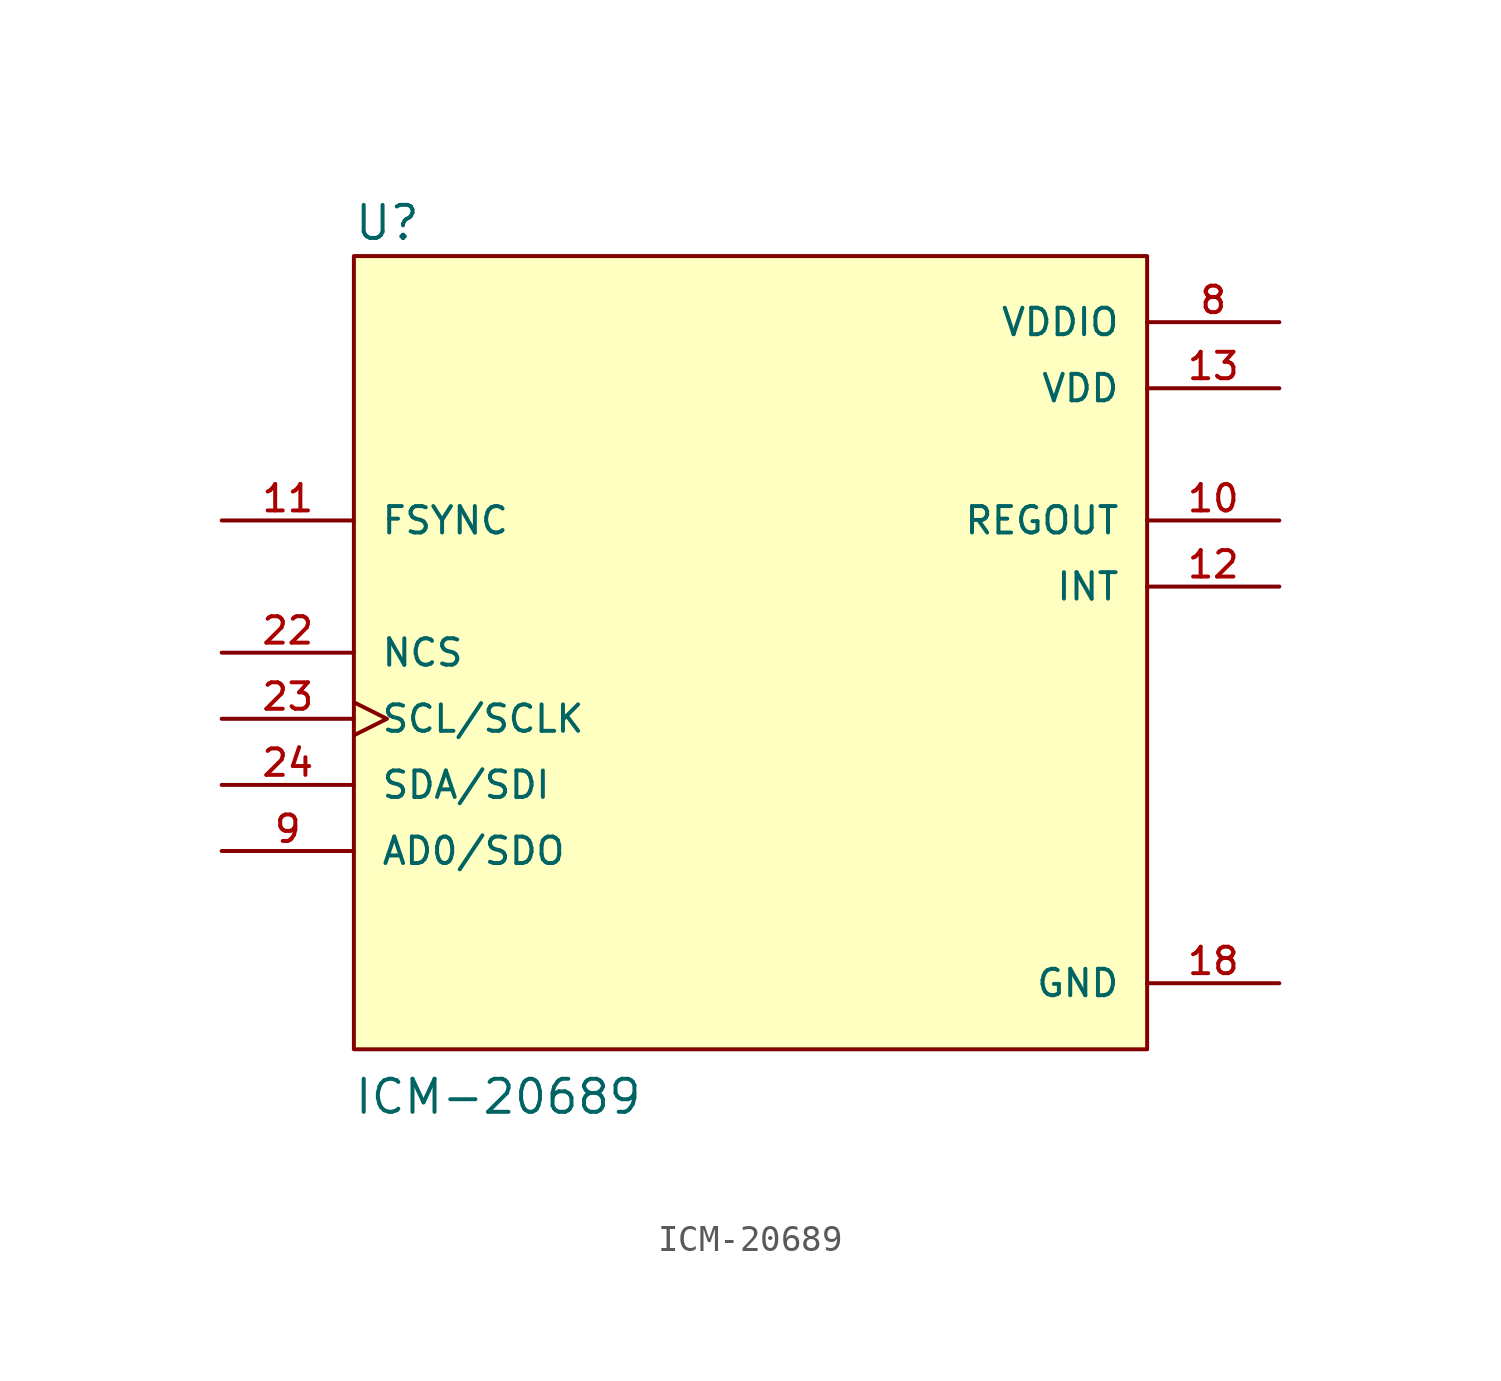
<source format=kicad_sym>
(kicad_symbol_lib
  (version 20210619)
  (generator kicad_symbol_editor)
  (symbol "ICM-20689"
    (pin_names
      (offset 1.016))
    (property "Reference" "U"
      (at -15.265 15.773 0)
      (effects (font (size 1.27 1.27)) (justify left bottom)))
    (property "Value" "ICM-20689"
      (at -15.265 -17.805 0)
      (effects (font (size 1.27 1.27)) (justify left bottom)))
    (property "ki_locked" ""
      (at 0 0 0)
      (effects (font (size 1.27 1.27))))
    (symbol "ICM-20689_0_0"
      (rectangle (start -15.24 -15.24) (end 15.24 15.24) (stroke (width 0.152)) (fill (type background)))
      (pin output line (at 20.32 5.08 180) (length 5.08) (name "REGOUT" (effects (font (size 1.016 1.016)))) (number "10" (effects (font (size 1.016 1.016)))))
      (pin input line (at -20.32 5.08 0) (length 5.08) (name "FSYNC" (effects (font (size 1.016 1.016)))) (number "11" (effects (font (size 1.016 1.016)))))
      (pin output line (at 20.32 2.54 180) (length 5.08) (name "INT" (effects (font (size 1.016 1.016)))) (number "12" (effects (font (size 1.016 1.016)))))
      (pin power_in line (at 20.32 10.16 180) (length 5.08) (name "VDD" (effects (font (size 1.016 1.016)))) (number "13" (effects (font (size 1.016 1.016)))))
      (pin power_in line (at 20.32 -12.7 180) (length 5.08) (name "GND" (effects (font (size 1.016 1.016)))) (number "18" (effects (font (size 1.016 1.016)))))
      (pin input line (at -20.32 0 0) (length 5.08) (name "NCS" (effects (font (size 1.016 1.016)))) (number "22" (effects (font (size 1.016 1.016)))))
      (pin input clock (at -20.32 -2.54 0) (length 5.08) (name "SCL/SCLK" (effects (font (size 1.016 1.016)))) (number "23" (effects (font (size 1.016 1.016)))))
      (pin bidirectional line (at -20.32 -5.08 0) (length 5.08) (name "SDA/SDI" (effects (font (size 1.016 1.016)))) (number "24" (effects (font (size 1.016 1.016)))))
      (pin power_in line (at 20.32 12.7 180) (length 5.08) (name "VDDIO" (effects (font (size 1.016 1.016)))) (number "8" (effects (font (size 1.016 1.016)))))
      (pin bidirectional line (at -20.32 -7.62 0) (length 5.08) (name "AD0/SDO" (effects (font (size 1.016 1.016)))) (number "9" (effects (font (size 1.016 1.016))))))))
</source>
